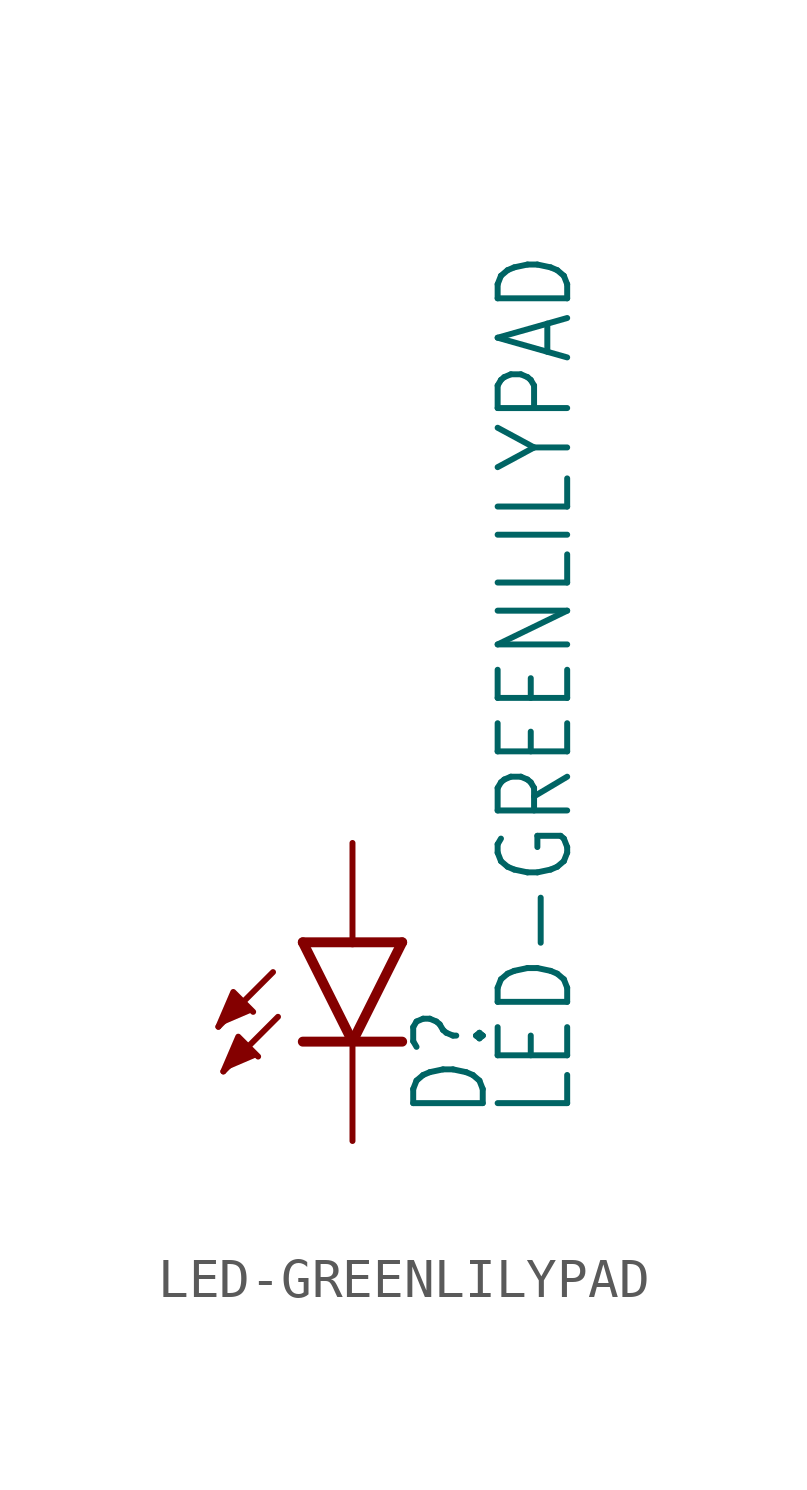
<source format=kicad_sym>
(kicad_symbol_lib
  (version 20211014)
  (generator kicad_symbol_editor)
  (symbol "LED-GREENLILYPAD"
    (property "Reference" "D"
      (at 3.556 -4.572 90)
      (effects (font (size 1.778 1.511)) (justify left bottom)))
    (property "Value" "LED-GREENLILYPAD"
      (at 5.715 -4.572 90)
      (effects (font (size 1.778 1.511)) (justify left bottom)))
    (property "ki_locked" ""
      (at 0 0 0)
      (effects (font (size 1.27 1.27))))
    (symbol "LED-GREENLILYPAD_1_0"
      (polyline (pts (xy -2.032 -0.762) (xy -3.429 -2.159)) (stroke (width 0.152) (type default) (color 0 0 0 0)) (fill (type none)))
      (polyline (pts (xy -1.905 -1.905) (xy -3.302 -3.302)) (stroke (width 0.152) (type default) (color 0 0 0 0)) (fill (type none)))
      (polyline (pts (xy 0 -2.54) (xy -1.27 -2.54)) (stroke (width 0.254) (type default) (color 0 0 0 0)) (fill (type none)))
      (polyline (pts (xy 0 -2.54) (xy -1.27 0)) (stroke (width 0.254) (type default) (color 0 0 0 0)) (fill (type none)))
      (polyline (pts (xy 0 0) (xy -1.27 0)) (stroke (width 0.254) (type default) (color 0 0 0 0)) (fill (type none)))
      (polyline (pts (xy 1.27 -2.54) (xy 0 -2.54)) (stroke (width 0.254) (type default) (color 0 0 0 0)) (fill (type none)))
      (polyline (pts (xy 1.27 0) (xy 0 -2.54)) (stroke (width 0.254) (type default) (color 0 0 0 0)) (fill (type none)))
      (polyline (pts (xy 1.27 0) (xy 0 0)) (stroke (width 0.254) (type default) (color 0 0 0 0)) (fill (type none)))
      (polyline (pts (xy -3.429 -2.159) (xy -3.048 -1.27) (xy -2.54 -1.778)) (stroke (width 0) (type default) (color 0 0 0 0)) (fill (type outline)))
      (polyline (pts (xy -3.302 -3.302) (xy -2.921 -2.413) (xy -2.413 -2.921)) (stroke (width 0) (type default) (color 0 0 0 0)) (fill (type outline)))
      (pin passive line (at 0 2.54 270) (length 2.54) (name "A" (effects (font (size 0 0)))) (number "A" (effects (font (size 0 0)))))
      (pin passive line (at 0 -5.08 90) (length 2.54) (name "C" (effects (font (size 0 0)))) (number "C" (effects (font (size 0 0))))))))
</source>
